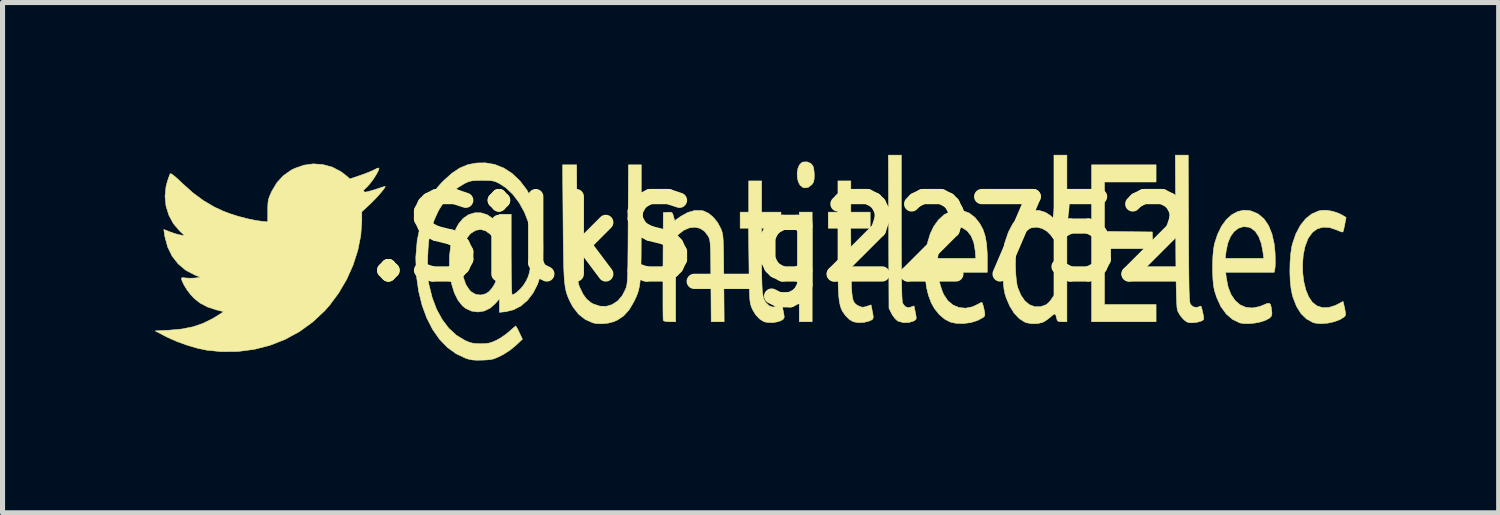
<source format=kicad_pcb>
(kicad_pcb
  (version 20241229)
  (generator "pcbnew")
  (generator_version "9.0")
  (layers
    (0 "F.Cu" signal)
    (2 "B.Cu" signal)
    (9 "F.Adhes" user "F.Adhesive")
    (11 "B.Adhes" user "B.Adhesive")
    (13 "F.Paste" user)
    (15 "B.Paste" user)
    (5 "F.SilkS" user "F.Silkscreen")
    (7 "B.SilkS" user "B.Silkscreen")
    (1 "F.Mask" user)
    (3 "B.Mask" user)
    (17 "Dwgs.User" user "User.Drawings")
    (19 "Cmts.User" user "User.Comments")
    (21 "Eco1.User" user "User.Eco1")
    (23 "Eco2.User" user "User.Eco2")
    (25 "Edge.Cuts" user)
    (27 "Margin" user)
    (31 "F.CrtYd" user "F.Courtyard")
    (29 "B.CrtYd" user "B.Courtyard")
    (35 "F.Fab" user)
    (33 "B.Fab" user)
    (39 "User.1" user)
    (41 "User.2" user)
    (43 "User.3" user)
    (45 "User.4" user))
  (footprint "F.SilkS_g22752"
    (layer "F.Cu")
    (at 11.674 1.656)
    (property "Reference" "F.SilkS_g22752" (at 0 0 0) (layer "F.SilkS") (effects (font (size 1.524 1.524) (thickness 0.3))))
    (attr through_hole)
    (fp_poly (pts (xy 1.27 1.63) (xy 1.016 1.63) (xy 1.016 -0.529) (xy 1.27 -0.529) (xy 1.27 1.63)) (stroke (width 0.01) (type solid)) (fill yes) (layer "F.SilkS"))
    (fp_poly (pts (xy 8.043 -1.122) (xy 7.027 -1.122) (xy 7.027 -0.149) (xy 7.498 -0.143) (xy 7.969 -0.138) (xy 7.975 0.026) (xy 7.982 0.191) (xy 7.027 0.191) (xy 7.027 1.291) (xy 8.043 1.291) (xy 8.043 1.63) (xy 6.773 1.63) (xy 6.773 -1.46) (xy 8.043 -1.46) (xy 8.043 -1.122)) (stroke (width 0.01) (type solid)) (fill yes) (layer "F.SilkS"))
    (fp_poly (pts (xy 1.242 -1.489) (xy 1.285 -1.439) (xy 1.3 -1.389) (xy 1.309 -1.316) (xy 1.312 -1.255) (xy 1.309 -1.174) (xy 1.297 -1.121) (xy 1.272 -1.08) (xy 1.265 -1.072) (xy 1.196 -1.018) (xy 1.124 -1.006) (xy 1.086 -1.016) (xy 1.033 -1.058) (xy 0.997 -1.125) (xy 0.978 -1.209) (xy 0.975 -1.299) (xy 0.989 -1.386) (xy 1.019 -1.458) (xy 1.066 -1.505) (xy 1.092 -1.516) (xy 1.172 -1.518) (xy 1.242 -1.489)) (stroke (width 0.01) (type solid)) (fill yes) (layer "F.SilkS"))
    (fp_poly (pts (xy 3.027 -0.217) (xy 3.027 0.082) (xy 3.028 0.341) (xy 3.029 0.563) (xy 3.031 0.749) (xy 3.033 0.903) (xy 3.035 1.026) (xy 3.038 1.121) (xy 3.042 1.191) (xy 3.047 1.238) (xy 3.052 1.264) (xy 3.054 1.268) (xy 3.1 1.33) (xy 3.156 1.352) (xy 3.214 1.341) (xy 3.276 1.318) (xy 3.3 1.435) (xy 3.315 1.512) (xy 3.32 1.558) (xy 3.313 1.585) (xy 3.291 1.603) (xy 3.261 1.619) (xy 3.171 1.646) (xy 3.07 1.647) (xy 2.977 1.624) (xy 2.95 1.611) (xy 2.901 1.566) (xy 2.852 1.5) (xy 2.834 1.468) (xy 2.783 1.365) (xy 2.777 -0.143) (xy 2.771 -1.651) (xy 3.027 -1.651) (xy 3.027 -0.217)) (stroke (width 0.01) (type solid)) (fill yes) (layer "F.SilkS"))
    (fp_poly (pts (xy 2.032 -0.529) (xy 2.413 -0.529) (xy 2.413 -0.212) (xy 2.03 -0.212) (xy 2.036 0.46) (xy 2.038 0.665) (xy 2.042 0.831) (xy 2.046 0.964) (xy 2.053 1.068) (xy 2.063 1.147) (xy 2.077 1.205) (xy 2.096 1.247) (xy 2.121 1.278) (xy 2.151 1.301) (xy 2.189 1.321) (xy 2.191 1.322) (xy 2.244 1.342) (xy 2.291 1.342) (xy 2.346 1.327) (xy 2.43 1.298) (xy 2.453 1.414) (xy 2.469 1.497) (xy 2.473 1.548) (xy 2.462 1.579) (xy 2.433 1.599) (xy 2.391 1.617) (xy 2.291 1.643) (xy 2.183 1.648) (xy 2.088 1.632) (xy 2.074 1.627) (xy 1.998 1.581) (xy 1.924 1.507) (xy 1.865 1.421) (xy 1.863 1.417) (xy 1.84 1.367) (xy 1.822 1.308) (xy 1.807 1.237) (xy 1.796 1.149) (xy 1.788 1.04) (xy 1.783 0.903) (xy 1.779 0.736) (xy 1.778 0.533) (xy 1.778 0.441) (xy 1.778 -0.212) (xy 1.587 -0.212) (xy 1.587 -0.529) (xy 1.778 -0.529) (xy 1.778 -1.143) (xy 2.032 -1.143) (xy 2.032 -0.529)) (stroke (width 0.01) (type solid)) (fill yes) (layer "F.SilkS"))
    (fp_poly (pts (xy 0.275 -0.529) (xy 0.656 -0.529) (xy 0.656 -0.212) (xy 0.275 -0.212) (xy 0.276 0.407) (xy 0.276 0.608) (xy 0.278 0.771) (xy 0.282 0.901) (xy 0.287 1.003) (xy 0.296 1.082) (xy 0.307 1.142) (xy 0.321 1.188) (xy 0.34 1.225) (xy 0.355 1.247) (xy 0.421 1.314) (xy 0.495 1.341) (xy 0.582 1.329) (xy 0.59 1.326) (xy 0.675 1.297) (xy 0.697 1.401) (xy 0.711 1.47) (xy 0.719 1.526) (xy 0.72 1.544) (xy 0.7 1.581) (xy 0.649 1.612) (xy 0.576 1.634) (xy 0.492 1.647) (xy 0.406 1.646) (xy 0.329 1.632) (xy 0.318 1.627) (xy 0.236 1.576) (xy 0.158 1.493) (xy 0.096 1.391) (xy 0.081 1.356) (xy 0.068 1.322) (xy 0.058 1.288) (xy 0.05 1.248) (xy 0.044 1.197) (xy 0.039 1.131) (xy 0.035 1.045) (xy 0.032 0.934) (xy 0.029 0.792) (xy 0.027 0.616) (xy 0.026 0.513) (xy 0.017 -0.212) (xy -0.148 -0.212) (xy -0.148 -0.529) (xy 0.021 -0.529) (xy 0.021 -1.143) (xy 0.275 -1.143) (xy 0.275 -0.529)) (stroke (width 0.01) (type solid)) (fill yes) (layer "F.SilkS"))
    (fp_poly (pts (xy 8.683 -0.206) (xy 8.684 0.081) (xy 8.686 0.329) (xy 8.687 0.54) (xy 8.689 0.718) (xy 8.691 0.866) (xy 8.693 0.985) (xy 8.696 1.08) (xy 8.7 1.153) (xy 8.704 1.207) (xy 8.708 1.245) (xy 8.714 1.271) (xy 8.72 1.286) (xy 8.721 1.287) (xy 8.774 1.336) (xy 8.839 1.349) (xy 8.888 1.335) (xy 8.909 1.324) (xy 8.923 1.322) (xy 8.935 1.338) (xy 8.946 1.378) (xy 8.962 1.448) (xy 8.973 1.499) (xy 8.983 1.557) (xy 8.978 1.588) (xy 8.951 1.608) (xy 8.921 1.621) (xy 8.853 1.64) (xy 8.773 1.65) (xy 8.751 1.651) (xy 8.686 1.647) (xy 8.638 1.628) (xy 8.588 1.587) (xy 8.572 1.571) (xy 8.519 1.507) (xy 8.477 1.436) (xy 8.465 1.407) (xy 8.459 1.381) (xy 8.454 1.336) (xy 8.45 1.272) (xy 8.446 1.184) (xy 8.442 1.071) (xy 8.439 0.93) (xy 8.437 0.758) (xy 8.434 0.554) (xy 8.432 0.313) (xy 8.431 0.035) (xy 8.43 -0.164) (xy 8.422 -1.651) (xy 8.677 -1.651) (xy 8.683 -0.206)) (stroke (width 0.01) (type solid)) (fill yes) (layer "F.SilkS"))
    (fp_poly (pts (xy -0.909 -0.56) (xy -0.868 -0.551) (xy -0.769 -0.505) (xy -0.674 -0.425) (xy -0.591 -0.322) (xy -0.528 -0.203) (xy -0.527 -0.201) (xy -0.514 -0.169) (xy -0.504 -0.137) (xy -0.496 -0.103) (xy -0.489 -0.061) (xy -0.484 -0.007) (xy -0.48 0.063) (xy -0.477 0.154) (xy -0.475 0.271) (xy -0.473 0.417) (xy -0.471 0.597) (xy -0.47 0.778) (xy -0.463 1.63) (xy -0.718 1.63) (xy -0.724 0.831) (xy -0.726 0.626) (xy -0.727 0.459) (xy -0.729 0.325) (xy -0.732 0.22) (xy -0.735 0.14) (xy -0.739 0.08) (xy -0.745 0.036) (xy -0.752 0.003) (xy -0.761 -0.024) (xy -0.773 -0.048) (xy -0.779 -0.059) (xy -0.849 -0.151) (xy -0.938 -0.209) (xy -1.04 -0.232) (xy -1.149 -0.219) (xy -1.258 -0.172) (xy -1.349 -0.101) (xy -1.418 -0.034) (xy -1.418 1.63) (xy -1.535 1.63) (xy -1.613 1.625) (xy -1.656 1.611) (xy -1.662 1.603) (xy -1.664 1.578) (xy -1.666 1.514) (xy -1.667 1.416) (xy -1.668 1.288) (xy -1.668 1.134) (xy -1.668 0.959) (xy -1.668 0.767) (xy -1.667 0.561) (xy -1.667 0.529) (xy -1.662 -0.519) (xy -1.573 -0.525) (xy -1.516 -0.527) (xy -1.487 -0.514) (xy -1.47 -0.477) (xy -1.461 -0.446) (xy -1.438 -0.36) (xy -1.317 -0.445) (xy -1.179 -0.522) (xy -1.041 -0.561) (xy -0.909 -0.56)) (stroke (width 0.01) (type solid)) (fill yes) (layer "F.SilkS"))
    (fp_poly (pts (xy 11.523 -0.544) (xy 11.64 -0.505) (xy 11.697 -0.476) (xy 11.785 -0.424) (xy 11.759 -0.286) (xy 11.744 -0.214) (xy 11.731 -0.16) (xy 11.722 -0.137) (xy 11.699 -0.139) (xy 11.649 -0.157) (xy 11.597 -0.179) (xy 11.459 -0.226) (xy 11.332 -0.232) (xy 11.219 -0.2) (xy 11.122 -0.129) (xy 11.043 -0.02) (xy 11.03 0.005) (xy 10.976 0.15) (xy 10.942 0.314) (xy 10.928 0.49) (xy 10.931 0.669) (xy 10.953 0.842) (xy 10.992 1.002) (xy 11.048 1.139) (xy 11.119 1.245) (xy 11.12 1.246) (xy 11.212 1.318) (xy 11.321 1.352) (xy 11.443 1.35) (xy 11.572 1.31) (xy 11.608 1.292) (xy 11.726 1.23) (xy 11.737 1.276) (xy 11.759 1.375) (xy 11.771 1.441) (xy 11.775 1.483) (xy 11.77 1.508) (xy 11.757 1.526) (xy 11.75 1.533) (xy 11.666 1.587) (xy 11.554 1.629) (xy 11.428 1.657) (xy 11.301 1.668) (xy 11.187 1.659) (xy 11.132 1.644) (xy 11.005 1.575) (xy 10.898 1.47) (xy 10.809 1.328) (xy 10.739 1.148) (xy 10.728 1.111) (xy 10.702 0.983) (xy 10.685 0.826) (xy 10.678 0.652) (xy 10.681 0.475) (xy 10.693 0.306) (xy 10.714 0.159) (xy 10.728 0.099) (xy 10.796 -0.1) (xy 10.884 -0.266) (xy 10.989 -0.398) (xy 11.11 -0.494) (xy 11.246 -0.552) (xy 11.299 -0.563) (xy 11.404 -0.565) (xy 11.523 -0.544)) (stroke (width 0.01) (type solid)) (fill yes) (layer "F.SilkS"))
    (fp_poly (pts (xy 6.287 1.63) (xy 6.193 1.63) (xy 6.134 1.627) (xy 6.104 1.614) (xy 6.09 1.582) (xy 6.085 1.561) (xy 6.07 1.502) (xy 6.052 1.478) (xy 6.022 1.488) (xy 5.972 1.529) (xy 5.965 1.536) (xy 5.901 1.587) (xy 5.836 1.629) (xy 5.809 1.642) (xy 5.712 1.666) (xy 5.6 1.669) (xy 5.495 1.651) (xy 5.461 1.639) (xy 5.35 1.569) (xy 5.249 1.462) (xy 5.162 1.323) (xy 5.091 1.157) (xy 5.066 1.078) (xy 5.048 0.985) (xy 5.035 0.86) (xy 5.028 0.715) (xy 5.025 0.56) (xy 5.028 0.443) (xy 5.274 0.443) (xy 5.275 0.578) (xy 5.282 0.712) (xy 5.294 0.835) (xy 5.311 0.933) (xy 5.32 0.963) (xy 5.381 1.107) (xy 5.458 1.219) (xy 5.55 1.295) (xy 5.652 1.334) (xy 5.762 1.335) (xy 5.876 1.296) (xy 5.879 1.294) (xy 5.92 1.261) (xy 5.966 1.209) (xy 5.979 1.19) (xy 6.032 1.112) (xy 6.032 0.008) (xy 5.979 -0.065) (xy 5.895 -0.151) (xy 5.796 -0.208) (xy 5.692 -0.232) (xy 5.591 -0.22) (xy 5.55 -0.203) (xy 5.456 -0.131) (xy 5.378 -0.023) (xy 5.319 0.116) (xy 5.291 0.226) (xy 5.279 0.322) (xy 5.274 0.443) (xy 5.028 0.443) (xy 5.028 0.406) (xy 5.037 0.264) (xy 5.05 0.144) (xy 5.066 0.067) (xy 5.135 -0.135) (xy 5.221 -0.298) (xy 5.323 -0.422) (xy 5.441 -0.508) (xy 5.576 -0.557) (xy 5.615 -0.563) (xy 5.743 -0.561) (xy 5.865 -0.523) (xy 5.959 -0.463) (xy 6.032 -0.398) (xy 6.032 -1.651) (xy 6.287 -1.651) (xy 6.287 1.63)) (stroke (width 0.01) (type solid)) (fill yes) (layer "F.SilkS"))
    (fp_poly (pts (xy 9.902 -0.556) (xy 10.032 -0.504) (xy 10.062 -0.486) (xy 10.171 -0.392) (xy 10.259 -0.263) (xy 10.325 -0.099) (xy 10.369 0.096) (xy 10.387 0.277) (xy 10.39 0.379) (xy 10.391 0.474) (xy 10.388 0.548) (xy 10.384 0.579) (xy 10.37 0.656) (xy 9.413 0.656) (xy 9.427 0.769) (xy 9.462 0.948) (xy 9.521 1.097) (xy 9.601 1.214) (xy 9.699 1.298) (xy 9.813 1.347) (xy 9.941 1.359) (xy 10.079 1.332) (xy 10.15 1.304) (xy 10.223 1.273) (xy 10.269 1.266) (xy 10.295 1.287) (xy 10.31 1.342) (xy 10.319 1.402) (xy 10.325 1.471) (xy 10.314 1.519) (xy 10.28 1.556) (xy 10.216 1.592) (xy 10.175 1.61) (xy 10.089 1.637) (xy 9.983 1.657) (xy 9.872 1.667) (xy 9.771 1.666) (xy 9.695 1.654) (xy 9.694 1.654) (xy 9.55 1.584) (xy 9.426 1.478) (xy 9.321 1.335) (xy 9.238 1.155) (xy 9.193 1.016) (xy 9.174 0.915) (xy 9.162 0.783) (xy 9.156 0.633) (xy 9.156 0.477) (xy 9.16 0.381) (xy 9.406 0.381) (xy 10.164 0.381) (xy 10.15 0.27) (xy 10.117 0.093) (xy 10.065 -0.047) (xy 9.997 -0.15) (xy 9.912 -0.215) (xy 9.868 -0.232) (xy 9.762 -0.242) (xy 9.666 -0.212) (xy 9.58 -0.147) (xy 9.51 -0.05) (xy 9.457 0.078) (xy 9.424 0.231) (xy 9.422 0.243) (xy 9.406 0.381) (xy 9.16 0.381) (xy 9.163 0.327) (xy 9.176 0.193) (xy 9.193 0.097) (xy 9.254 -0.091) (xy 9.332 -0.251) (xy 9.426 -0.38) (xy 9.533 -0.477) (xy 9.65 -0.54) (xy 9.774 -0.567) (xy 9.902 -0.556)) (stroke (width 0.01) (type solid)) (fill yes) (layer "F.SilkS"))
    (fp_poly (pts (xy -3.361 -0.312) (xy -3.36 -0.062) (xy -3.358 0.149) (xy -3.357 0.325) (xy -3.355 0.469) (xy -3.353 0.586) (xy -3.35 0.679) (xy -3.347 0.752) (xy -3.343 0.808) (xy -3.337 0.85) (xy -3.331 0.884) (xy -3.323 0.911) (xy -3.314 0.937) (xy -3.308 0.95) (xy -3.244 1.084) (xy -3.173 1.182) (xy -3.088 1.253) (xy -3.041 1.28) (xy -2.912 1.323) (xy -2.786 1.327) (xy -2.667 1.292) (xy -2.56 1.221) (xy -2.47 1.116) (xy -2.409 0.999) (xy -2.398 0.972) (xy -2.389 0.946) (xy -2.382 0.917) (xy -2.376 0.881) (xy -2.371 0.835) (xy -2.367 0.774) (xy -2.364 0.696) (xy -2.361 0.597) (xy -2.359 0.473) (xy -2.358 0.32) (xy -2.356 0.136) (xy -2.355 -0.085) (xy -2.354 -0.291) (xy -2.348 -1.46) (xy -2.095 -1.46) (xy -2.096 -0.344) (xy -2.096 -0.078) (xy -2.097 0.15) (xy -2.098 0.343) (xy -2.101 0.506) (xy -2.105 0.642) (xy -2.111 0.755) (xy -2.12 0.849) (xy -2.131 0.928) (xy -2.145 0.995) (xy -2.162 1.056) (xy -2.184 1.113) (xy -2.209 1.17) (xy -2.239 1.232) (xy -2.244 1.242) (xy -2.335 1.396) (xy -2.442 1.514) (xy -2.568 1.598) (xy -2.638 1.629) (xy -2.746 1.657) (xy -2.866 1.67) (xy -2.981 1.666) (xy -3.048 1.652) (xy -3.2 1.584) (xy -3.331 1.48) (xy -3.44 1.34) (xy -3.495 1.239) (xy -3.522 1.181) (xy -3.545 1.126) (xy -3.564 1.072) (xy -3.58 1.013) (xy -3.593 0.947) (xy -3.603 0.869) (xy -3.612 0.776) (xy -3.618 0.663) (xy -3.623 0.528) (xy -3.627 0.365) (xy -3.63 0.172) (xy -3.633 -0.056) (xy -3.635 -0.323) (xy -3.635 -0.323) (xy -3.644 -1.46) (xy -3.368 -1.46) (xy -3.361 -0.312)) (stroke (width 0.01) (type solid)) (fill yes) (layer "F.SilkS"))
    (fp_poly (pts (xy 4.243 -0.556) (xy 4.365 -0.509) (xy 4.473 -0.425) (xy 4.484 -0.414) (xy 4.569 -0.307) (xy 4.633 -0.191) (xy 4.677 -0.059) (xy 4.705 0.096) (xy 4.718 0.282) (xy 4.72 0.386) (xy 4.72 0.656) (xy 4.233 0.656) (xy 4.07 0.657) (xy 3.945 0.658) (xy 3.854 0.662) (xy 3.793 0.666) (xy 3.759 0.673) (xy 3.747 0.681) (xy 3.747 0.683) (xy 3.755 0.749) (xy 3.775 0.839) (xy 3.802 0.938) (xy 3.833 1.03) (xy 3.861 1.096) (xy 3.942 1.216) (xy 4.045 1.302) (xy 4.164 1.351) (xy 4.293 1.363) (xy 4.427 1.336) (xy 4.526 1.29) (xy 4.575 1.263) (xy 4.608 1.249) (xy 4.611 1.249) (xy 4.623 1.268) (xy 4.639 1.317) (xy 4.654 1.38) (xy 4.668 1.453) (xy 4.671 1.496) (xy 4.663 1.522) (xy 4.643 1.541) (xy 4.531 1.604) (xy 4.395 1.646) (xy 4.248 1.666) (xy 4.103 1.661) (xy 3.99 1.636) (xy 3.881 1.579) (xy 3.775 1.49) (xy 3.683 1.376) (xy 3.619 1.265) (xy 3.561 1.112) (xy 3.521 0.948) (xy 3.5 0.764) (xy 3.497 0.551) (xy 3.499 0.478) (xy 3.506 0.381) (xy 3.742 0.381) (xy 4.493 0.381) (xy 4.481 0.229) (xy 4.453 0.068) (xy 4.4 -0.061) (xy 4.323 -0.158) (xy 4.248 -0.209) (xy 4.184 -0.238) (xy 4.137 -0.248) (xy 4.089 -0.242) (xy 4.059 -0.234) (xy 3.988 -0.203) (xy 3.925 -0.16) (xy 3.916 -0.151) (xy 3.864 -0.08) (xy 3.817 0.022) (xy 3.779 0.142) (xy 3.757 0.26) (xy 3.742 0.381) (xy 3.506 0.381) (xy 3.515 0.252) (xy 3.547 0.059) (xy 3.597 -0.105) (xy 3.665 -0.247) (xy 3.755 -0.372) (xy 3.759 -0.377) (xy 3.867 -0.476) (xy 3.988 -0.539) (xy 4.116 -0.566) (xy 4.243 -0.556)) (stroke (width 0.01) (type solid)) (fill yes) (layer "F.SilkS"))
    (fp_poly (pts (xy -8.363 -1.465) (xy -8.181 -1.415) (xy -8.012 -1.327) (xy -7.922 -1.259) (xy -7.833 -1.183) (xy -7.637 -1.249) (xy -7.539 -1.284) (xy -7.446 -1.321) (xy -7.372 -1.353) (xy -7.35 -1.365) (xy -7.299 -1.39) (xy -7.266 -1.398) (xy -7.26 -1.393) (xy -7.273 -1.347) (xy -7.308 -1.279) (xy -7.357 -1.2) (xy -7.415 -1.119) (xy -7.475 -1.047) (xy -7.507 -1.015) (xy -7.622 -0.906) (xy -7.533 -0.921) (xy -7.466 -0.936) (xy -7.38 -0.96) (xy -7.295 -0.987) (xy -7.223 -1.011) (xy -7.167 -1.029) (xy -7.14 -1.037) (xy -7.139 -1.037) (xy -7.14 -1.023) (xy -7.165 -0.985) (xy -7.208 -0.93) (xy -7.265 -0.864) (xy -7.329 -0.794) (xy -7.395 -0.727) (xy -7.435 -0.688) (xy -7.599 -0.536) (xy -7.599 -0.355) (xy -7.619 -0.069) (xy -7.677 0.222) (xy -7.77 0.512) (xy -7.896 0.794) (xy -8.053 1.062) (xy -8.236 1.309) (xy -8.332 1.417) (xy -8.568 1.637) (xy -8.828 1.825) (xy -9.108 1.977) (xy -9.406 2.094) (xy -9.717 2.174) (xy -10.039 2.216) (xy -10.368 2.219) (xy -10.652 2.19) (xy -10.834 2.152) (xy -11.033 2.094) (xy -11.235 2.021) (xy -11.422 1.939) (xy -11.48 1.909) (xy -11.669 1.81) (xy -11.386 1.796) (xy -11.14 1.773) (xy -10.924 1.73) (xy -10.725 1.662) (xy -10.534 1.567) (xy -10.443 1.512) (xy -10.319 1.432) (xy -10.456 1.398) (xy -10.634 1.341) (xy -10.784 1.262) (xy -10.895 1.175) (xy -10.969 1.097) (xy -11.042 1.001) (xy -11.102 0.903) (xy -11.142 0.816) (xy -11.145 0.807) (xy -11.151 0.775) (xy -11.14 0.763) (xy -11.102 0.764) (xy -11.069 0.768) (xy -10.988 0.773) (xy -10.899 0.77) (xy -10.875 0.768) (xy -10.773 0.756) (xy -10.89 0.708) (xy -11.067 0.615) (xy -11.215 0.49) (xy -11.335 0.337) (xy -11.422 0.158) (xy -11.477 -0.045) (xy -11.484 -0.088) (xy -11.498 -0.187) (xy -11.374 -0.139) (xy -11.292 -0.11) (xy -11.213 -0.087) (xy -11.169 -0.078) (xy -11.088 -0.066) (xy -11.182 -0.154) (xy -11.308 -0.301) (xy -11.399 -0.469) (xy -11.455 -0.651) (xy -11.474 -0.841) (xy -11.454 -1.034) (xy -11.43 -1.125) (xy -11.406 -1.198) (xy -11.385 -1.256) (xy -11.371 -1.285) (xy -11.35 -1.282) (xy -11.302 -1.248) (xy -11.226 -1.183) (xy -11.124 -1.086) (xy -11.121 -1.084) (xy -10.917 -0.902) (xy -10.714 -0.753) (xy -10.501 -0.628) (xy -10.335 -0.551) (xy -10.194 -0.497) (xy -10.03 -0.445) (xy -9.858 -0.4) (xy -9.696 -0.366) (xy -9.578 -0.349) (xy -9.451 -0.336) (xy -9.451 -0.554) (xy -9.45 -0.656) (xy -9.445 -0.729) (xy -9.434 -0.788) (xy -9.413 -0.847) (xy -9.38 -0.92) (xy -9.373 -0.937) (xy -9.272 -1.107) (xy -9.147 -1.244) (xy -8.993 -1.353) (xy -8.923 -1.389) (xy -8.741 -1.453) (xy -8.552 -1.479) (xy -8.363 -1.465)) (stroke (width 0.01) (type solid)) (fill yes) (layer "F.SilkS"))
    (fp_poly (pts (xy -4.979 -1.467) (xy -4.802 -1.396) (xy -4.638 -1.289) (xy -4.487 -1.146) (xy -4.353 -0.972) (xy -4.237 -0.767) (xy -4.141 -0.534) (xy -4.068 -0.276) (xy -4.061 -0.243) (xy -4.046 -0.146) (xy -4.037 -0.019) (xy -4.033 0.127) (xy -4.034 0.28) (xy -4.04 0.428) (xy -4.05 0.56) (xy -4.065 0.664) (xy -4.071 0.688) (xy -4.136 0.889) (xy -4.225 1.063) (xy -4.335 1.207) (xy -4.464 1.318) (xy -4.608 1.394) (xy -4.766 1.433) (xy -4.771 1.433) (xy -4.889 1.445) (xy -4.889 1.178) (xy -4.968 1.269) (xy -5.071 1.362) (xy -5.188 1.418) (xy -5.312 1.438) (xy -5.436 1.421) (xy -5.553 1.367) (xy -5.616 1.317) (xy -5.704 1.207) (xy -5.774 1.066) (xy -5.826 0.9) (xy -5.86 0.717) (xy -5.871 0.577) (xy -5.625 0.577) (xy -5.6 0.752) (xy -5.551 0.896) (xy -5.478 1.007) (xy -5.439 1.045) (xy -5.352 1.093) (xy -5.255 1.104) (xy -5.159 1.08) (xy -5.094 1.037) (xy -5.043 0.98) (xy -4.993 0.905) (xy -4.972 0.863) (xy -4.951 0.811) (xy -4.936 0.761) (xy -4.928 0.702) (xy -4.923 0.623) (xy -4.922 0.516) (xy -4.922 0.476) (xy -4.926 0.309) (xy -4.94 0.176) (xy -4.966 0.071) (xy -5.006 -0.013) (xy -5.061 -0.085) (xy -5.07 -0.095) (xy -5.162 -0.162) (xy -5.258 -0.187) (xy -5.354 -0.171) (xy -5.447 -0.114) (xy -5.471 -0.092) (xy -5.535 -0.008) (xy -5.581 0.097) (xy -5.61 0.228) (xy -5.625 0.375) (xy -5.625 0.577) (xy -5.871 0.577) (xy -5.875 0.524) (xy -5.871 0.328) (xy -5.848 0.136) (xy -5.805 -0.045) (xy -5.742 -0.208) (xy -5.692 -0.299) (xy -5.601 -0.407) (xy -5.494 -0.479) (xy -5.376 -0.515) (xy -5.254 -0.515) (xy -5.134 -0.479) (xy -5.024 -0.406) (xy -4.943 -0.318) (xy -4.889 -0.246) (xy -4.889 -0.487) (xy -4.657 -0.487) (xy -4.657 0.307) (xy -4.656 0.486) (xy -4.655 0.65) (xy -4.653 0.796) (xy -4.65 0.919) (xy -4.647 1.013) (xy -4.643 1.075) (xy -4.639 1.1) (xy -4.639 1.101) (xy -4.596 1.085) (xy -4.539 1.044) (xy -4.478 0.987) (xy -4.422 0.922) (xy -4.408 0.902) (xy -4.359 0.822) (xy -4.322 0.743) (xy -4.296 0.656) (xy -4.279 0.555) (xy -4.269 0.43) (xy -4.265 0.274) (xy -4.265 0.201) (xy -4.266 0.063) (xy -4.268 -0.042) (xy -4.273 -0.123) (xy -4.282 -0.189) (xy -4.295 -0.25) (xy -4.314 -0.314) (xy -4.315 -0.318) (xy -4.395 -0.526) (xy -4.5 -0.715) (xy -4.623 -0.877) (xy -4.761 -1.009) (xy -4.889 -1.092) (xy -4.946 -1.12) (xy -4.996 -1.138) (xy -5.052 -1.148) (xy -5.126 -1.152) (xy -5.228 -1.153) (xy -5.332 -1.152) (xy -5.407 -1.148) (xy -5.465 -1.137) (xy -5.519 -1.119) (xy -5.577 -1.092) (xy -5.717 -1.005) (xy -5.852 -0.884) (xy -5.976 -0.738) (xy -6.079 -0.575) (xy -6.104 -0.526) (xy -6.17 -0.38) (xy -6.219 -0.246) (xy -6.255 -0.112) (xy -6.279 0.033) (xy -6.294 0.199) (xy -6.301 0.36) (xy -6.305 0.513) (xy -6.304 0.635) (xy -6.299 0.737) (xy -6.289 0.828) (xy -6.277 0.897) (xy -6.214 1.152) (xy -6.127 1.383) (xy -6.017 1.585) (xy -5.887 1.757) (xy -5.738 1.895) (xy -5.572 1.996) (xy -5.572 1.996) (xy -5.489 2.032) (xy -5.419 2.052) (xy -5.342 2.061) (xy -5.26 2.063) (xy -5.163 2.06) (xy -5.089 2.05) (xy -5.019 2.027) (xy -4.953 1.998) (xy -4.863 1.948) (xy -4.768 1.882) (xy -4.696 1.824) (xy -4.638 1.772) (xy -4.593 1.733) (xy -4.569 1.715) (xy -4.568 1.714) (xy -4.555 1.732) (xy -4.529 1.778) (xy -4.497 1.843) (xy -4.497 1.844) (xy -4.435 1.973) (xy -4.566 2.096) (xy -4.677 2.187) (xy -4.804 2.27) (xy -4.859 2.299) (xy -4.941 2.338) (xy -5.007 2.363) (xy -5.072 2.376) (xy -5.152 2.383) (xy -5.226 2.386) (xy -5.338 2.388) (xy -5.423 2.382) (xy -5.496 2.367) (xy -5.553 2.349) (xy -5.742 2.26) (xy -5.915 2.134) (xy -6.07 1.973) (xy -6.205 1.78) (xy -6.319 1.557) (xy -6.411 1.307) (xy -6.479 1.032) (xy -6.522 0.734) (xy -6.524 0.713) (xy -6.536 0.365) (xy -6.508 0.029) (xy -6.441 -0.293) (xy -6.335 -0.6) (xy -6.271 -0.741) (xy -6.213 -0.854) (xy -6.163 -0.94) (xy -6.11 -1.014) (xy -6.047 -1.086) (xy -5.981 -1.154) (xy -5.823 -1.295) (xy -5.668 -1.398) (xy -5.509 -1.464) (xy -5.34 -1.496) (xy -5.165 -1.499) (xy -4.979 -1.467)) (stroke (width 0.01) (type solid)) (fill yes) (layer "F.SilkS")))
  (gr_rect
    (start -3 -3)
    (end 26.464 7.049)
    (stroke (width 0.1) (type default))
    (fill no)
    (layer "Edge.Cuts")))
</source>
